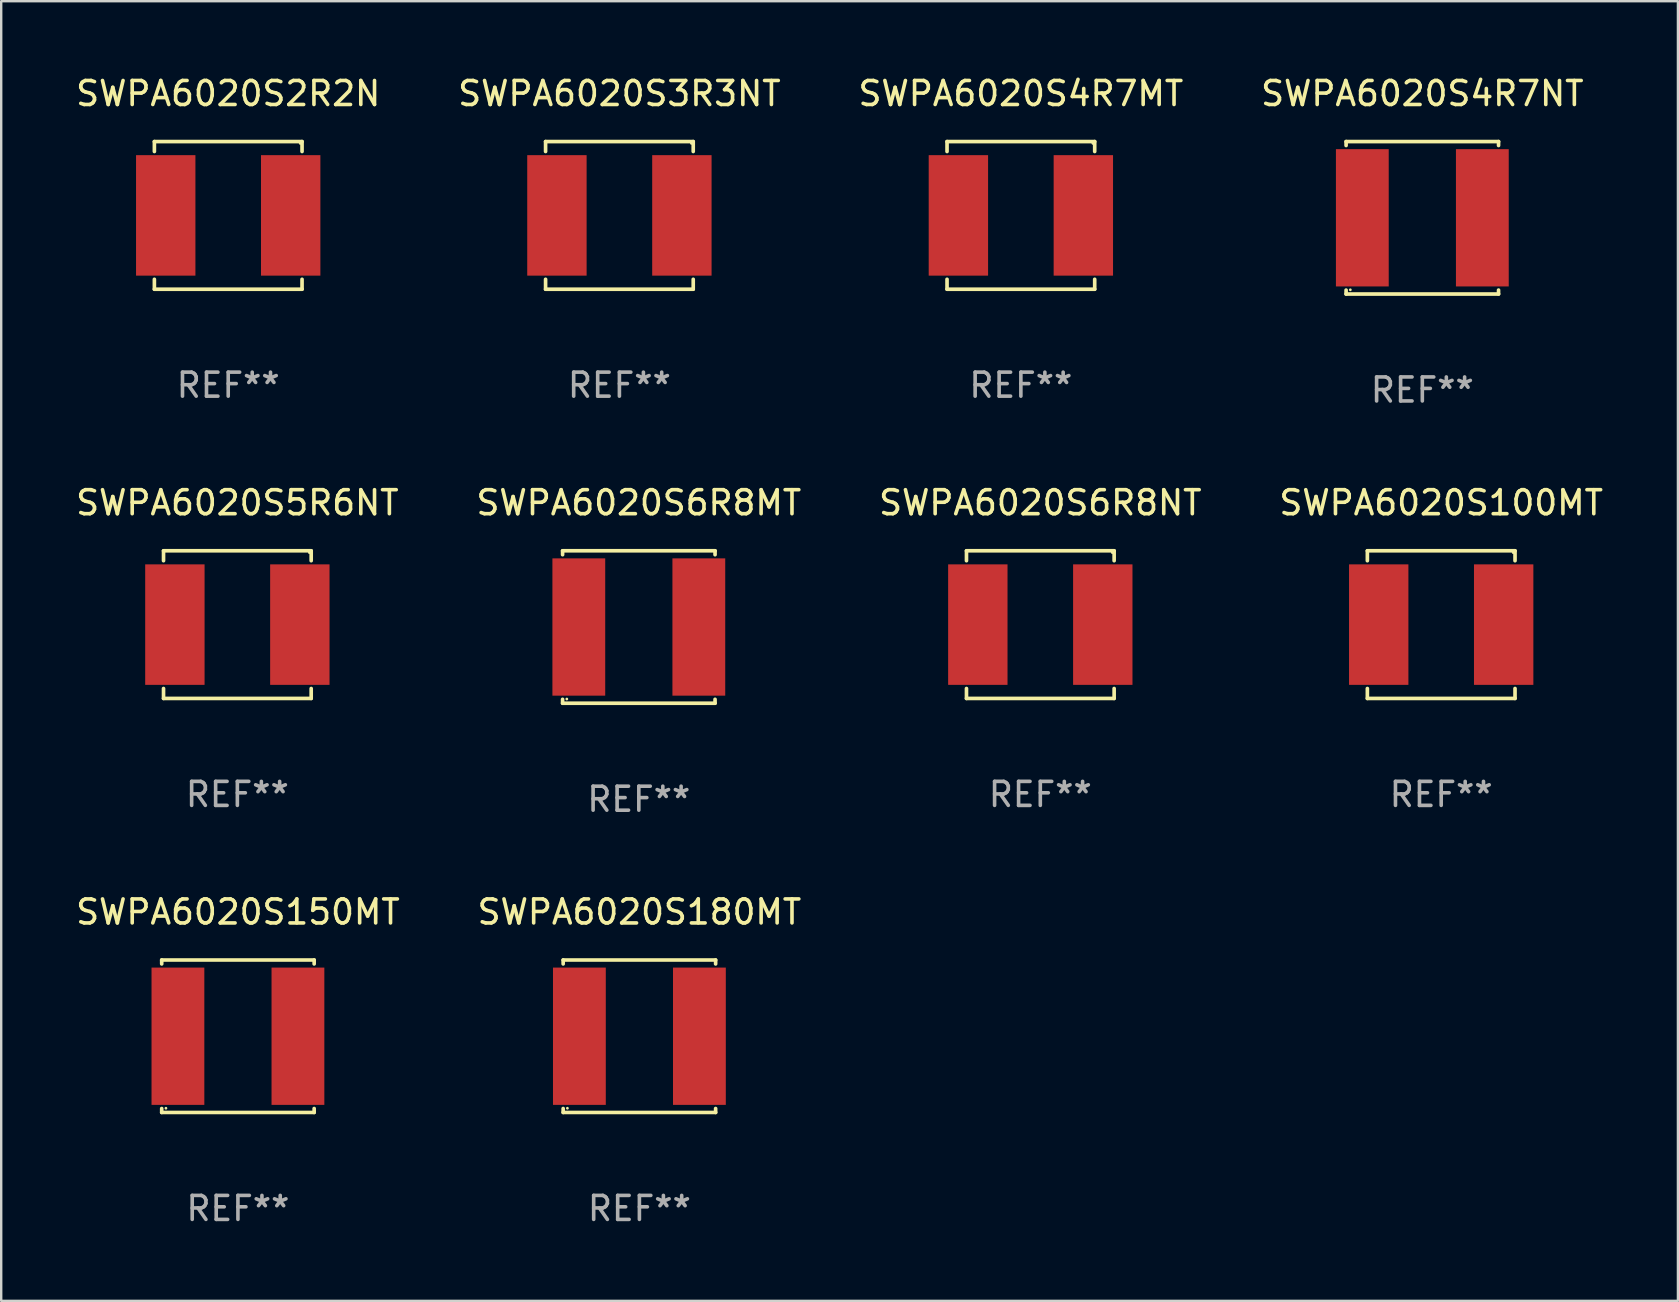
<source format=kicad_pcb>
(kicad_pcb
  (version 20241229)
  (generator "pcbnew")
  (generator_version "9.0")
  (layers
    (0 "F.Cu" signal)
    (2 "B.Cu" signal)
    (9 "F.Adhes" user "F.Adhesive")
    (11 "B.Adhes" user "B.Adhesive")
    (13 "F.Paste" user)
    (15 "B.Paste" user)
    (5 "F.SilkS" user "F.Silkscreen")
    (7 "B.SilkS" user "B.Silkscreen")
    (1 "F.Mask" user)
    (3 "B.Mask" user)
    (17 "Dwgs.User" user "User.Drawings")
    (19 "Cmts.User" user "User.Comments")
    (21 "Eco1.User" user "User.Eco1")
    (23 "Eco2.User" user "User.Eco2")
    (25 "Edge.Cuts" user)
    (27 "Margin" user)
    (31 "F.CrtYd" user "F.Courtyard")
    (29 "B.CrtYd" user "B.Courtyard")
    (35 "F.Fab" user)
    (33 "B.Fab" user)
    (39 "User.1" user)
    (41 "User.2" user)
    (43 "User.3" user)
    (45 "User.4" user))
  (footprint "SWPA6020S180MT"
    (layer "F.Cu")
    (at 23.589 40.122)
    (property "Reference" "SWPA6020S180MT" (at 0 -5.176 0) (layer "F.SilkS") (effects (font (size 1 1) (thickness 0.15))))
    (attr through_hole)
    (fp_line (start -3.176 -3.176) (end 3.176 -3.176) (stroke (width 0.152) (type solid)) (layer "F.SilkS"))
    (fp_line (start -3.176 -3.012) (end -3.176 -3.176) (stroke (width 0.152) (type solid)) (layer "F.SilkS"))
    (fp_line (start -3.176 3.012) (end -3.176 3.176) (stroke (width 0.152) (type solid)) (layer "F.SilkS"))
    (fp_line (start -3.176 3.176) (end 3.176 3.176) (stroke (width 0.152) (type solid)) (layer "F.SilkS"))
    (fp_line (start 3.176 -3.176) (end 3.176 -3.012) (stroke (width 0.152) (type solid)) (layer "F.SilkS"))
    (fp_line (start 3.176 3.176) (end 3.176 3.012) (stroke (width 0.152) (type solid)) (layer "F.SilkS"))
    (fp_circle (center -3 3) (end -2.97 3) (stroke (width 0.06) (type solid)) (fill no) (layer "F.SilkS"))
    (fp_text user "REF**" (at 0 7.176 0) (layer "F.Fab") (effects (font (size 1 1) (thickness 0.15))))
    (pad "1" smd rect (at -2.5 0) (size 2.2 5.72) (layers "F.Cu" "F.Mask" "F.Paste"))
    (pad "2" smd rect (at 2.5 0) (size 2.2 5.72) (layers "F.Cu" "F.Mask" "F.Paste")))
  (footprint "SWPA6020S6R8MT"
    (layer "F.Cu")
    (at 23.565 23.073)
    (property "Reference" "SWPA6020S6R8MT" (at 0 -5.176 0) (layer "F.SilkS") (effects (font (size 1 1) (thickness 0.15))))
    (attr through_hole)
    (fp_line (start -3.176 -3.176) (end 3.176 -3.176) (stroke (width 0.152) (type solid)) (layer "F.SilkS"))
    (fp_line (start -3.176 -3.012) (end -3.176 -3.176) (stroke (width 0.152) (type solid)) (layer "F.SilkS"))
    (fp_line (start -3.176 3.012) (end -3.176 3.176) (stroke (width 0.152) (type solid)) (layer "F.SilkS"))
    (fp_line (start -3.176 3.176) (end 3.176 3.176) (stroke (width 0.152) (type solid)) (layer "F.SilkS"))
    (fp_line (start 3.176 -3.176) (end 3.176 -3.012) (stroke (width 0.152) (type solid)) (layer "F.SilkS"))
    (fp_line (start 3.176 3.176) (end 3.176 3.012) (stroke (width 0.152) (type solid)) (layer "F.SilkS"))
    (fp_circle (center -3 3) (end -2.97 3) (stroke (width 0.06) (type solid)) (fill no) (layer "F.SilkS"))
    (fp_text user "REF**" (at 0 7.176 0) (layer "F.Fab") (effects (font (size 1 1) (thickness 0.15))))
    (pad "1" smd rect (at -2.5 0) (size 2.2 5.72) (layers "F.Cu" "F.Mask" "F.Paste"))
    (pad "2" smd rect (at 2.5 0) (size 2.2 5.72) (layers "F.Cu" "F.Mask" "F.Paste")))
  (footprint "SWPA6020S5R6NT"
    (layer "F.Cu")
    (at 6.839 22.973)
    (property "Reference" "SWPA6020S5R6NT" (at 0 -5.076 0) (layer "F.SilkS") (effects (font (size 1 1) (thickness 0.15))))
    (attr through_hole)
    (fp_line (start -3.076 -3.076) (end 3.076 -3.076) (stroke (width 0.152) (type solid)) (layer "F.SilkS"))
    (fp_line (start -3.076 -2.662) (end -3.076 -3.076) (stroke (width 0.152) (type solid)) (layer "F.SilkS"))
    (fp_line (start -3.076 2.662) (end -3.076 3.076) (stroke (width 0.152) (type solid)) (layer "F.SilkS"))
    (fp_line (start -3.076 3.076) (end 3.076 3.076) (stroke (width 0.152) (type solid)) (layer "F.SilkS"))
    (fp_line (start 3.076 -3.076) (end 3.076 -2.662) (stroke (width 0.152) (type solid)) (layer "F.SilkS"))
    (fp_line (start 3.076 3.076) (end 3.076 2.662) (stroke (width 0.152) (type solid)) (layer "F.SilkS"))
    (fp_circle (center 3 -3) (end 3.03 -3) (stroke (width 0.06) (type solid)) (fill no) (layer "F.SilkS"))
    (fp_text user "REF**" (at 0 7.076 0) (layer "F.Fab") (effects (font (size 1 1) (thickness 0.15))))
    (pad "1" smd rect (at 2.603 0) (size 2.474 5.02) (layers "F.Cu" "F.Mask" "F.Paste"))
    (pad "2" smd rect (at -2.603 0) (size 2.474 5.02) (layers "F.Cu" "F.Mask" "F.Paste")))
  (footprint "SWPA6020S4R7MT"
    (layer "F.Cu")
    (at 39.482 5.924)
    (property "Reference" "SWPA6020S4R7MT" (at 0 -5.076 0) (layer "F.SilkS") (effects (font (size 1 1) (thickness 0.15))))
    (attr through_hole)
    (fp_line (start -3.076 -3.076) (end 3.076 -3.076) (stroke (width 0.152) (type solid)) (layer "F.SilkS"))
    (fp_line (start -3.076 -2.662) (end -3.076 -3.076) (stroke (width 0.152) (type solid)) (layer "F.SilkS"))
    (fp_line (start -3.076 2.662) (end -3.076 3.076) (stroke (width 0.152) (type solid)) (layer "F.SilkS"))
    (fp_line (start -3.076 3.076) (end 3.076 3.076) (stroke (width 0.152) (type solid)) (layer "F.SilkS"))
    (fp_line (start 3.076 -3.076) (end 3.076 -2.662) (stroke (width 0.152) (type solid)) (layer "F.SilkS"))
    (fp_line (start 3.076 3.076) (end 3.076 2.662) (stroke (width 0.152) (type solid)) (layer "F.SilkS"))
    (fp_circle (center 3 -3) (end 3.03 -3) (stroke (width 0.06) (type solid)) (fill no) (layer "F.SilkS"))
    (fp_text user "REF**" (at 0 7.076 0) (layer "F.Fab") (effects (font (size 1 1) (thickness 0.15))))
    (pad "1" smd rect (at 2.603 0) (size 2.474 5.02) (layers "F.Cu" "F.Mask" "F.Paste"))
    (pad "2" smd rect (at -2.603 0) (size 2.474 5.02) (layers "F.Cu" "F.Mask" "F.Paste")))
  (footprint "SWPA6020S3R3NT"
    (layer "F.Cu")
    (at 22.756 5.924)
    (property "Reference" "SWPA6020S3R3NT" (at 0 -5.076 0) (layer "F.SilkS") (effects (font (size 1 1) (thickness 0.15))))
    (attr through_hole)
    (fp_line (start -3.076 -3.076) (end 3.076 -3.076) (stroke (width 0.152) (type solid)) (layer "F.SilkS"))
    (fp_line (start -3.076 -2.662) (end -3.076 -3.076) (stroke (width 0.152) (type solid)) (layer "F.SilkS"))
    (fp_line (start -3.076 2.662) (end -3.076 3.076) (stroke (width 0.152) (type solid)) (layer "F.SilkS"))
    (fp_line (start -3.076 3.076) (end 3.076 3.076) (stroke (width 0.152) (type solid)) (layer "F.SilkS"))
    (fp_line (start 3.076 -3.076) (end 3.076 -2.662) (stroke (width 0.152) (type solid)) (layer "F.SilkS"))
    (fp_line (start 3.076 3.076) (end 3.076 2.662) (stroke (width 0.152) (type solid)) (layer "F.SilkS"))
    (fp_circle (center 3 -3) (end 3.03 -3) (stroke (width 0.06) (type solid)) (fill no) (layer "F.SilkS"))
    (fp_text user "REF**" (at 0 7.076 0) (layer "F.Fab") (effects (font (size 1 1) (thickness 0.15))))
    (pad "1" smd rect (at 2.603 0) (size 2.474 5.02) (layers "F.Cu" "F.Mask" "F.Paste"))
    (pad "2" smd rect (at -2.603 0) (size 2.474 5.02) (layers "F.Cu" "F.Mask" "F.Paste")))
  (footprint "SWPA6020S4R7NT"
    (layer "F.Cu")
    (at 56.208 6.024)
    (property "Reference" "SWPA6020S4R7NT" (at 0 -5.176 0) (layer "F.SilkS") (effects (font (size 1 1) (thickness 0.15))))
    (attr through_hole)
    (fp_line (start -3.176 -3.176) (end 3.176 -3.176) (stroke (width 0.152) (type solid)) (layer "F.SilkS"))
    (fp_line (start -3.176 -3.012) (end -3.176 -3.176) (stroke (width 0.152) (type solid)) (layer "F.SilkS"))
    (fp_line (start -3.176 3.012) (end -3.176 3.176) (stroke (width 0.152) (type solid)) (layer "F.SilkS"))
    (fp_line (start -3.176 3.176) (end 3.176 3.176) (stroke (width 0.152) (type solid)) (layer "F.SilkS"))
    (fp_line (start 3.176 -3.176) (end 3.176 -3.012) (stroke (width 0.152) (type solid)) (layer "F.SilkS"))
    (fp_line (start 3.176 3.176) (end 3.176 3.012) (stroke (width 0.152) (type solid)) (layer "F.SilkS"))
    (fp_circle (center -3 3) (end -2.97 3) (stroke (width 0.06) (type solid)) (fill no) (layer "F.SilkS"))
    (fp_text user "REF**" (at 0 7.176 0) (layer "F.Fab") (effects (font (size 1 1) (thickness 0.15))))
    (pad "1" smd rect (at -2.5 0) (size 2.2 5.72) (layers "F.Cu" "F.Mask" "F.Paste"))
    (pad "2" smd rect (at 2.5 0) (size 2.2 5.72) (layers "F.Cu" "F.Mask" "F.Paste")))
  (footprint "SWPA6020S2R2N"
    (layer "F.Cu")
    (at 6.458 5.924)
    (property "Reference" "SWPA6020S2R2N" (at 0 -5.076 0) (layer "F.SilkS") (effects (font (size 1 1) (thickness 0.15))))
    (attr through_hole)
    (fp_line (start -3.076 -3.076) (end 3.076 -3.076) (stroke (width 0.152) (type solid)) (layer "F.SilkS"))
    (fp_line (start -3.076 -2.662) (end -3.076 -3.076) (stroke (width 0.152) (type solid)) (layer "F.SilkS"))
    (fp_line (start -3.076 2.662) (end -3.076 3.076) (stroke (width 0.152) (type solid)) (layer "F.SilkS"))
    (fp_line (start -3.076 3.076) (end 3.076 3.076) (stroke (width 0.152) (type solid)) (layer "F.SilkS"))
    (fp_line (start 3.076 -3.076) (end 3.076 -2.662) (stroke (width 0.152) (type solid)) (layer "F.SilkS"))
    (fp_line (start 3.076 3.076) (end 3.076 2.662) (stroke (width 0.152) (type solid)) (layer "F.SilkS"))
    (fp_circle (center 3 -3) (end 3.03 -3) (stroke (width 0.06) (type solid)) (fill no) (layer "F.SilkS"))
    (fp_text user "REF**" (at 0 7.076 0) (layer "F.Fab") (effects (font (size 1 1) (thickness 0.15))))
    (pad "1" smd rect (at 2.603 0) (size 2.474 5.02) (layers "F.Cu" "F.Mask" "F.Paste"))
    (pad "2" smd rect (at -2.603 0) (size 2.474 5.02) (layers "F.Cu" "F.Mask" "F.Paste")))
  (footprint "SWPA6020S100MT"
    (layer "F.Cu")
    (at 56.994 22.973)
    (property "Reference" "SWPA6020S100MT" (at 0 -5.076 0) (layer "F.SilkS") (effects (font (size 1 1) (thickness 0.15))))
    (attr through_hole)
    (fp_line (start -3.076 -3.076) (end 3.076 -3.076) (stroke (width 0.152) (type solid)) (layer "F.SilkS"))
    (fp_line (start -3.076 -2.662) (end -3.076 -3.076) (stroke (width 0.152) (type solid)) (layer "F.SilkS"))
    (fp_line (start -3.076 2.662) (end -3.076 3.076) (stroke (width 0.152) (type solid)) (layer "F.SilkS"))
    (fp_line (start -3.076 3.076) (end 3.076 3.076) (stroke (width 0.152) (type solid)) (layer "F.SilkS"))
    (fp_line (start 3.076 -3.076) (end 3.076 -2.662) (stroke (width 0.152) (type solid)) (layer "F.SilkS"))
    (fp_line (start 3.076 3.076) (end 3.076 2.662) (stroke (width 0.152) (type solid)) (layer "F.SilkS"))
    (fp_circle (center 3 -3) (end 3.03 -3) (stroke (width 0.06) (type solid)) (fill no) (layer "F.SilkS"))
    (fp_text user "REF**" (at 0 7.076 0) (layer "F.Fab") (effects (font (size 1 1) (thickness 0.15))))
    (pad "1" smd rect (at 2.603 0) (size 2.474 5.02) (layers "F.Cu" "F.Mask" "F.Paste"))
    (pad "2" smd rect (at -2.603 0) (size 2.474 5.02) (layers "F.Cu" "F.Mask" "F.Paste")))
  (footprint "SWPA6020S150MT"
    (layer "F.Cu")
    (at 6.863 40.122)
    (property "Reference" "SWPA6020S150MT" (at 0 -5.176 0) (layer "F.SilkS") (effects (font (size 1 1) (thickness 0.15))))
    (attr through_hole)
    (fp_line (start -3.176 -3.176) (end 3.176 -3.176) (stroke (width 0.152) (type solid)) (layer "F.SilkS"))
    (fp_line (start -3.176 -3.012) (end -3.176 -3.176) (stroke (width 0.152) (type solid)) (layer "F.SilkS"))
    (fp_line (start -3.176 3.012) (end -3.176 3.176) (stroke (width 0.152) (type solid)) (layer "F.SilkS"))
    (fp_line (start -3.176 3.176) (end 3.176 3.176) (stroke (width 0.152) (type solid)) (layer "F.SilkS"))
    (fp_line (start 3.176 -3.176) (end 3.176 -3.012) (stroke (width 0.152) (type solid)) (layer "F.SilkS"))
    (fp_line (start 3.176 3.176) (end 3.176 3.012) (stroke (width 0.152) (type solid)) (layer "F.SilkS"))
    (fp_circle (center -3 3) (end -2.97 3) (stroke (width 0.06) (type solid)) (fill no) (layer "F.SilkS"))
    (fp_text user "REF**" (at 0 7.176 0) (layer "F.Fab") (effects (font (size 1 1) (thickness 0.15))))
    (pad "1" smd rect (at -2.5 0) (size 2.2 5.72) (layers "F.Cu" "F.Mask" "F.Paste"))
    (pad "2" smd rect (at 2.5 0) (size 2.2 5.72) (layers "F.Cu" "F.Mask" "F.Paste")))
  (footprint "SWPA6020S6R8NT"
    (layer "F.Cu")
    (at 40.292 22.973)
    (property "Reference" "SWPA6020S6R8NT" (at 0 -5.076 0) (layer "F.SilkS") (effects (font (size 1 1) (thickness 0.15))))
    (attr through_hole)
    (fp_line (start -3.076 -3.076) (end 3.076 -3.076) (stroke (width 0.152) (type solid)) (layer "F.SilkS"))
    (fp_line (start -3.076 -2.662) (end -3.076 -3.076) (stroke (width 0.152) (type solid)) (layer "F.SilkS"))
    (fp_line (start -3.076 2.662) (end -3.076 3.076) (stroke (width 0.152) (type solid)) (layer "F.SilkS"))
    (fp_line (start -3.076 3.076) (end 3.076 3.076) (stroke (width 0.152) (type solid)) (layer "F.SilkS"))
    (fp_line (start 3.076 -3.076) (end 3.076 -2.662) (stroke (width 0.152) (type solid)) (layer "F.SilkS"))
    (fp_line (start 3.076 3.076) (end 3.076 2.662) (stroke (width 0.152) (type solid)) (layer "F.SilkS"))
    (fp_circle (center 3 -3) (end 3.03 -3) (stroke (width 0.06) (type solid)) (fill no) (layer "F.SilkS"))
    (fp_text user "REF**" (at 0 7.076 0) (layer "F.Fab") (effects (font (size 1 1) (thickness 0.15))))
    (pad "1" smd rect (at 2.603 0) (size 2.474 5.02) (layers "F.Cu" "F.Mask" "F.Paste"))
    (pad "2" smd rect (at -2.603 0) (size 2.474 5.02) (layers "F.Cu" "F.Mask" "F.Paste")))
  (gr_rect
    (start -3 -3)
    (end 66.857 51.147)
    (stroke (width 0.1) (type default))
    (fill no)
    (layer "Edge.Cuts")))
</source>
